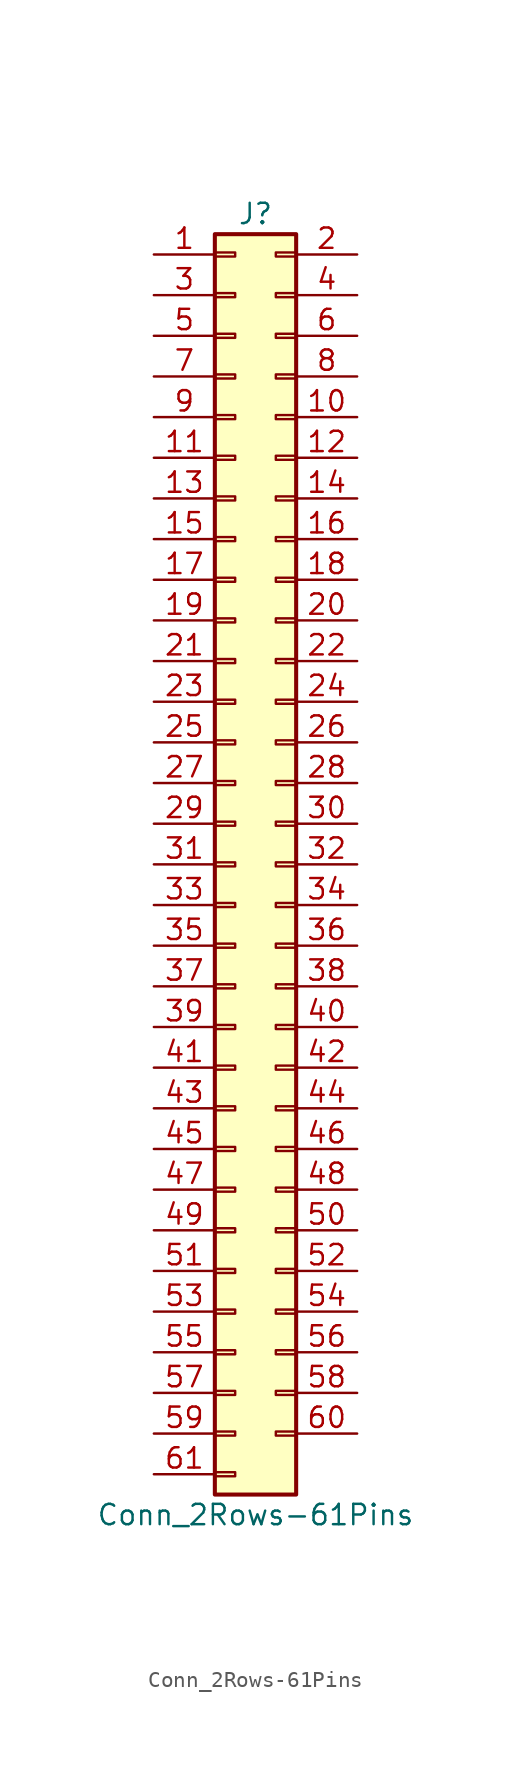
<source format=kicad_sym>
(kicad_symbol_lib
  (version 20201005)
  (generator kicad_symbol_editor)
  (symbol "Conn_2Rows-61Pins"
    (pin_names
      (offset 1.016) hide)
    (property "Reference" "J"
      (at 1.27 40.64 0)
      (effects (font (size 1.27 1.27))))
    (property "Value" "Conn_2Rows-61Pins"
      (at 1.27 -40.64 0)
      (effects (font (size 1.27 1.27))))
    (symbol "Conn_2Rows-61Pins_1_1"
      (rectangle (start -1.27 -37.973) (end 0 -38.227) (stroke (width 0.152)) (fill (type none)))
      (rectangle (start -1.27 -35.433) (end 0 -35.687) (stroke (width 0.152)) (fill (type none)))
      (rectangle (start -1.27 -32.893) (end 0 -33.147) (stroke (width 0.152)) (fill (type none)))
      (rectangle (start -1.27 -30.353) (end 0 -30.607) (stroke (width 0.152)) (fill (type none)))
      (rectangle (start -1.27 -27.813) (end 0 -28.067) (stroke (width 0.152)) (fill (type none)))
      (rectangle (start -1.27 -25.273) (end 0 -25.527) (stroke (width 0.152)) (fill (type none)))
      (rectangle (start -1.27 -22.733) (end 0 -22.987) (stroke (width 0.152)) (fill (type none)))
      (rectangle (start -1.27 -20.193) (end 0 -20.447) (stroke (width 0.152)) (fill (type none)))
      (rectangle (start -1.27 -17.653) (end 0 -17.907) (stroke (width 0.152)) (fill (type none)))
      (rectangle (start -1.27 -15.113) (end 0 -15.367) (stroke (width 0.152)) (fill (type none)))
      (rectangle (start -1.27 -12.573) (end 0 -12.827) (stroke (width 0.152)) (fill (type none)))
      (rectangle (start -1.27 -10.033) (end 0 -10.287) (stroke (width 0.152)) (fill (type none)))
      (rectangle (start -1.27 -7.493) (end 0 -7.747) (stroke (width 0.152)) (fill (type none)))
      (rectangle (start -1.27 -4.953) (end 0 -5.207) (stroke (width 0.152)) (fill (type none)))
      (rectangle (start -1.27 -2.413) (end 0 -2.667) (stroke (width 0.152)) (fill (type none)))
      (rectangle (start -1.27 0.127) (end 0 -0.127) (stroke (width 0.152)) (fill (type none)))
      (rectangle (start -1.27 2.667) (end 0 2.413) (stroke (width 0.152)) (fill (type none)))
      (rectangle (start -1.27 5.207) (end 0 4.953) (stroke (width 0.152)) (fill (type none)))
      (rectangle (start -1.27 7.747) (end 0 7.493) (stroke (width 0.152)) (fill (type none)))
      (rectangle (start -1.27 10.287) (end 0 10.033) (stroke (width 0.152)) (fill (type none)))
      (rectangle (start -1.27 12.827) (end 0 12.573) (stroke (width 0.152)) (fill (type none)))
      (rectangle (start -1.27 15.367) (end 0 15.113) (stroke (width 0.152)) (fill (type none)))
      (rectangle (start -1.27 17.907) (end 0 17.653) (stroke (width 0.152)) (fill (type none)))
      (rectangle (start -1.27 20.447) (end 0 20.193) (stroke (width 0.152)) (fill (type none)))
      (rectangle (start -1.27 22.987) (end 0 22.733) (stroke (width 0.152)) (fill (type none)))
      (rectangle (start -1.27 25.527) (end 0 25.273) (stroke (width 0.152)) (fill (type none)))
      (rectangle (start -1.27 28.067) (end 0 27.813) (stroke (width 0.152)) (fill (type none)))
      (rectangle (start -1.27 30.607) (end 0 30.353) (stroke (width 0.152)) (fill (type none)))
      (rectangle (start -1.27 33.147) (end 0 32.893) (stroke (width 0.152)) (fill (type none)))
      (rectangle (start -1.27 35.687) (end 0 35.433) (stroke (width 0.152)) (fill (type none)))
      (rectangle (start -1.27 38.227) (end 0 37.973) (stroke (width 0.152)) (fill (type none)))
      (rectangle (start 3.81 -35.433) (end 2.54 -35.687) (stroke (width 0.152)) (fill (type none)))
      (rectangle (start 3.81 -32.893) (end 2.54 -33.147) (stroke (width 0.152)) (fill (type none)))
      (rectangle (start 3.81 -30.353) (end 2.54 -30.607) (stroke (width 0.152)) (fill (type none)))
      (rectangle (start 3.81 -27.813) (end 2.54 -28.067) (stroke (width 0.152)) (fill (type none)))
      (rectangle (start 3.81 -25.273) (end 2.54 -25.527) (stroke (width 0.152)) (fill (type none)))
      (rectangle (start 3.81 -22.733) (end 2.54 -22.987) (stroke (width 0.152)) (fill (type none)))
      (rectangle (start 3.81 -20.193) (end 2.54 -20.447) (stroke (width 0.152)) (fill (type none)))
      (rectangle (start 3.81 -17.653) (end 2.54 -17.907) (stroke (width 0.152)) (fill (type none)))
      (rectangle (start 3.81 -15.113) (end 2.54 -15.367) (stroke (width 0.152)) (fill (type none)))
      (rectangle (start 3.81 -12.573) (end 2.54 -12.827) (stroke (width 0.152)) (fill (type none)))
      (rectangle (start 3.81 -10.033) (end 2.54 -10.287) (stroke (width 0.152)) (fill (type none)))
      (rectangle (start 3.81 -7.493) (end 2.54 -7.747) (stroke (width 0.152)) (fill (type none)))
      (rectangle (start 3.81 -4.953) (end 2.54 -5.207) (stroke (width 0.152)) (fill (type none)))
      (rectangle (start 3.81 -2.413) (end 2.54 -2.667) (stroke (width 0.152)) (fill (type none)))
      (rectangle (start 3.81 0.127) (end 2.54 -0.127) (stroke (width 0.152)) (fill (type none)))
      (rectangle (start 3.81 2.667) (end 2.54 2.413) (stroke (width 0.152)) (fill (type none)))
      (rectangle (start 3.81 5.207) (end 2.54 4.953) (stroke (width 0.152)) (fill (type none)))
      (rectangle (start 3.81 7.747) (end 2.54 7.493) (stroke (width 0.152)) (fill (type none)))
      (rectangle (start 3.81 10.287) (end 2.54 10.033) (stroke (width 0.152)) (fill (type none)))
      (rectangle (start 3.81 12.827) (end 2.54 12.573) (stroke (width 0.152)) (fill (type none)))
      (rectangle (start 3.81 15.367) (end 2.54 15.113) (stroke (width 0.152)) (fill (type none)))
      (rectangle (start 3.81 17.907) (end 2.54 17.653) (stroke (width 0.152)) (fill (type none)))
      (rectangle (start 3.81 20.447) (end 2.54 20.193) (stroke (width 0.152)) (fill (type none)))
      (rectangle (start 3.81 22.987) (end 2.54 22.733) (stroke (width 0.152)) (fill (type none)))
      (rectangle (start 3.81 25.527) (end 2.54 25.273) (stroke (width 0.152)) (fill (type none)))
      (rectangle (start 3.81 28.067) (end 2.54 27.813) (stroke (width 0.152)) (fill (type none)))
      (rectangle (start 3.81 30.607) (end 2.54 30.353) (stroke (width 0.152)) (fill (type none)))
      (rectangle (start 3.81 33.147) (end 2.54 32.893) (stroke (width 0.152)) (fill (type none)))
      (rectangle (start 3.81 35.687) (end 2.54 35.433) (stroke (width 0.152)) (fill (type none)))
      (rectangle (start 3.81 38.227) (end 2.54 37.973) (stroke (width 0.152)) (fill (type none)))
      (rectangle (start -1.27 39.37) (end 3.81 -39.37) (stroke (width 0.254)) (fill (type background)))
      (pin passive line (at -5.08 38.1 0) (length 3.81) (name "Pin_1" (effects (font (size 1.27 1.27)))) (number "1" (effects (font (size 1.27 1.27)))))
      (pin passive line (at 7.62 27.94 180) (length 3.81) (name "Pin_10" (effects (font (size 1.27 1.27)))) (number "10" (effects (font (size 1.27 1.27)))))
      (pin passive line (at -5.08 25.4 0) (length 3.81) (name "Pin_11" (effects (font (size 1.27 1.27)))) (number "11" (effects (font (size 1.27 1.27)))))
      (pin passive line (at 7.62 25.4 180) (length 3.81) (name "Pin_12" (effects (font (size 1.27 1.27)))) (number "12" (effects (font (size 1.27 1.27)))))
      (pin passive line (at -5.08 22.86 0) (length 3.81) (name "Pin_13" (effects (font (size 1.27 1.27)))) (number "13" (effects (font (size 1.27 1.27)))))
      (pin passive line (at 7.62 22.86 180) (length 3.81) (name "Pin_14" (effects (font (size 1.27 1.27)))) (number "14" (effects (font (size 1.27 1.27)))))
      (pin passive line (at -5.08 20.32 0) (length 3.81) (name "Pin_15" (effects (font (size 1.27 1.27)))) (number "15" (effects (font (size 1.27 1.27)))))
      (pin passive line (at 7.62 20.32 180) (length 3.81) (name "Pin_16" (effects (font (size 1.27 1.27)))) (number "16" (effects (font (size 1.27 1.27)))))
      (pin passive line (at -5.08 17.78 0) (length 3.81) (name "Pin_17" (effects (font (size 1.27 1.27)))) (number "17" (effects (font (size 1.27 1.27)))))
      (pin passive line (at 7.62 17.78 180) (length 3.81) (name "Pin_18" (effects (font (size 1.27 1.27)))) (number "18" (effects (font (size 1.27 1.27)))))
      (pin passive line (at -5.08 15.24 0) (length 3.81) (name "Pin_19" (effects (font (size 1.27 1.27)))) (number "19" (effects (font (size 1.27 1.27)))))
      (pin passive line (at 7.62 38.1 180) (length 3.81) (name "Pin_2" (effects (font (size 1.27 1.27)))) (number "2" (effects (font (size 1.27 1.27)))))
      (pin passive line (at 7.62 15.24 180) (length 3.81) (name "Pin_20" (effects (font (size 1.27 1.27)))) (number "20" (effects (font (size 1.27 1.27)))))
      (pin passive line (at -5.08 12.7 0) (length 3.81) (name "Pin_21" (effects (font (size 1.27 1.27)))) (number "21" (effects (font (size 1.27 1.27)))))
      (pin passive line (at 7.62 12.7 180) (length 3.81) (name "Pin_22" (effects (font (size 1.27 1.27)))) (number "22" (effects (font (size 1.27 1.27)))))
      (pin passive line (at -5.08 10.16 0) (length 3.81) (name "Pin_23" (effects (font (size 1.27 1.27)))) (number "23" (effects (font (size 1.27 1.27)))))
      (pin passive line (at 7.62 10.16 180) (length 3.81) (name "Pin_24" (effects (font (size 1.27 1.27)))) (number "24" (effects (font (size 1.27 1.27)))))
      (pin passive line (at -5.08 7.62 0) (length 3.81) (name "Pin_25" (effects (font (size 1.27 1.27)))) (number "25" (effects (font (size 1.27 1.27)))))
      (pin passive line (at 7.62 7.62 180) (length 3.81) (name "Pin_26" (effects (font (size 1.27 1.27)))) (number "26" (effects (font (size 1.27 1.27)))))
      (pin passive line (at -5.08 5.08 0) (length 3.81) (name "Pin_27" (effects (font (size 1.27 1.27)))) (number "27" (effects (font (size 1.27 1.27)))))
      (pin passive line (at 7.62 5.08 180) (length 3.81) (name "Pin_28" (effects (font (size 1.27 1.27)))) (number "28" (effects (font (size 1.27 1.27)))))
      (pin passive line (at -5.08 2.54 0) (length 3.81) (name "Pin_29" (effects (font (size 1.27 1.27)))) (number "29" (effects (font (size 1.27 1.27)))))
      (pin passive line (at -5.08 35.56 0) (length 3.81) (name "Pin_3" (effects (font (size 1.27 1.27)))) (number "3" (effects (font (size 1.27 1.27)))))
      (pin passive line (at 7.62 2.54 180) (length 3.81) (name "Pin_30" (effects (font (size 1.27 1.27)))) (number "30" (effects (font (size 1.27 1.27)))))
      (pin passive line (at -5.08 0 0) (length 3.81) (name "Pin_31" (effects (font (size 1.27 1.27)))) (number "31" (effects (font (size 1.27 1.27)))))
      (pin passive line (at 7.62 0 180) (length 3.81) (name "Pin_32" (effects (font (size 1.27 1.27)))) (number "32" (effects (font (size 1.27 1.27)))))
      (pin passive line (at -5.08 -2.54 0) (length 3.81) (name "Pin_33" (effects (font (size 1.27 1.27)))) (number "33" (effects (font (size 1.27 1.27)))))
      (pin passive line (at 7.62 -2.54 180) (length 3.81) (name "Pin_34" (effects (font (size 1.27 1.27)))) (number "34" (effects (font (size 1.27 1.27)))))
      (pin passive line (at -5.08 -5.08 0) (length 3.81) (name "Pin_35" (effects (font (size 1.27 1.27)))) (number "35" (effects (font (size 1.27 1.27)))))
      (pin passive line (at 7.62 -5.08 180) (length 3.81) (name "Pin_36" (effects (font (size 1.27 1.27)))) (number "36" (effects (font (size 1.27 1.27)))))
      (pin passive line (at -5.08 -7.62 0) (length 3.81) (name "Pin_37" (effects (font (size 1.27 1.27)))) (number "37" (effects (font (size 1.27 1.27)))))
      (pin passive line (at 7.62 -7.62 180) (length 3.81) (name "Pin_38" (effects (font (size 1.27 1.27)))) (number "38" (effects (font (size 1.27 1.27)))))
      (pin passive line (at -5.08 -10.16 0) (length 3.81) (name "Pin_39" (effects (font (size 1.27 1.27)))) (number "39" (effects (font (size 1.27 1.27)))))
      (pin passive line (at 7.62 35.56 180) (length 3.81) (name "Pin_4" (effects (font (size 1.27 1.27)))) (number "4" (effects (font (size 1.27 1.27)))))
      (pin passive line (at 7.62 -10.16 180) (length 3.81) (name "Pin_40" (effects (font (size 1.27 1.27)))) (number "40" (effects (font (size 1.27 1.27)))))
      (pin passive line (at -5.08 -12.7 0) (length 3.81) (name "Pin_41" (effects (font (size 1.27 1.27)))) (number "41" (effects (font (size 1.27 1.27)))))
      (pin passive line (at 7.62 -12.7 180) (length 3.81) (name "Pin_42" (effects (font (size 1.27 1.27)))) (number "42" (effects (font (size 1.27 1.27)))))
      (pin passive line (at -5.08 -15.24 0) (length 3.81) (name "Pin_43" (effects (font (size 1.27 1.27)))) (number "43" (effects (font (size 1.27 1.27)))))
      (pin passive line (at 7.62 -15.24 180) (length 3.81) (name "Pin_44" (effects (font (size 1.27 1.27)))) (number "44" (effects (font (size 1.27 1.27)))))
      (pin passive line (at -5.08 -17.78 0) (length 3.81) (name "Pin_45" (effects (font (size 1.27 1.27)))) (number "45" (effects (font (size 1.27 1.27)))))
      (pin passive line (at 7.62 -17.78 180) (length 3.81) (name "Pin_46" (effects (font (size 1.27 1.27)))) (number "46" (effects (font (size 1.27 1.27)))))
      (pin passive line (at -5.08 -20.32 0) (length 3.81) (name "Pin_47" (effects (font (size 1.27 1.27)))) (number "47" (effects (font (size 1.27 1.27)))))
      (pin passive line (at 7.62 -20.32 180) (length 3.81) (name "Pin_48" (effects (font (size 1.27 1.27)))) (number "48" (effects (font (size 1.27 1.27)))))
      (pin passive line (at -5.08 -22.86 0) (length 3.81) (name "Pin_49" (effects (font (size 1.27 1.27)))) (number "49" (effects (font (size 1.27 1.27)))))
      (pin passive line (at -5.08 33.02 0) (length 3.81) (name "Pin_5" (effects (font (size 1.27 1.27)))) (number "5" (effects (font (size 1.27 1.27)))))
      (pin passive line (at 7.62 -22.86 180) (length 3.81) (name "Pin_50" (effects (font (size 1.27 1.27)))) (number "50" (effects (font (size 1.27 1.27)))))
      (pin passive line (at -5.08 -25.4 0) (length 3.81) (name "Pin_51" (effects (font (size 1.27 1.27)))) (number "51" (effects (font (size 1.27 1.27)))))
      (pin passive line (at 7.62 -25.4 180) (length 3.81) (name "Pin_52" (effects (font (size 1.27 1.27)))) (number "52" (effects (font (size 1.27 1.27)))))
      (pin passive line (at -5.08 -27.94 0) (length 3.81) (name "Pin_53" (effects (font (size 1.27 1.27)))) (number "53" (effects (font (size 1.27 1.27)))))
      (pin passive line (at 7.62 -27.94 180) (length 3.81) (name "Pin_54" (effects (font (size 1.27 1.27)))) (number "54" (effects (font (size 1.27 1.27)))))
      (pin passive line (at -5.08 -30.48 0) (length 3.81) (name "Pin_55" (effects (font (size 1.27 1.27)))) (number "55" (effects (font (size 1.27 1.27)))))
      (pin passive line (at 7.62 -30.48 180) (length 3.81) (name "Pin_56" (effects (font (size 1.27 1.27)))) (number "56" (effects (font (size 1.27 1.27)))))
      (pin passive line (at -5.08 -33.02 0) (length 3.81) (name "Pin_57" (effects (font (size 1.27 1.27)))) (number "57" (effects (font (size 1.27 1.27)))))
      (pin passive line (at 7.62 -33.02 180) (length 3.81) (name "Pin_58" (effects (font (size 1.27 1.27)))) (number "58" (effects (font (size 1.27 1.27)))))
      (pin passive line (at -5.08 -35.56 0) (length 3.81) (name "Pin_59" (effects (font (size 1.27 1.27)))) (number "59" (effects (font (size 1.27 1.27)))))
      (pin passive line (at 7.62 33.02 180) (length 3.81) (name "Pin_6" (effects (font (size 1.27 1.27)))) (number "6" (effects (font (size 1.27 1.27)))))
      (pin passive line (at 7.62 -35.56 180) (length 3.81) (name "Pin_60" (effects (font (size 1.27 1.27)))) (number "60" (effects (font (size 1.27 1.27)))))
      (pin passive line (at -5.08 -38.1 0) (length 3.81) (name "Pin_61" (effects (font (size 1.27 1.27)))) (number "61" (effects (font (size 1.27 1.27)))))
      (pin passive line (at -5.08 30.48 0) (length 3.81) (name "Pin_7" (effects (font (size 1.27 1.27)))) (number "7" (effects (font (size 1.27 1.27)))))
      (pin passive line (at 7.62 30.48 180) (length 3.81) (name "Pin_8" (effects (font (size 1.27 1.27)))) (number "8" (effects (font (size 1.27 1.27)))))
      (pin passive line (at -5.08 27.94 0) (length 3.81) (name "Pin_9" (effects (font (size 1.27 1.27)))) (number "9" (effects (font (size 1.27 1.27))))))))
</source>
